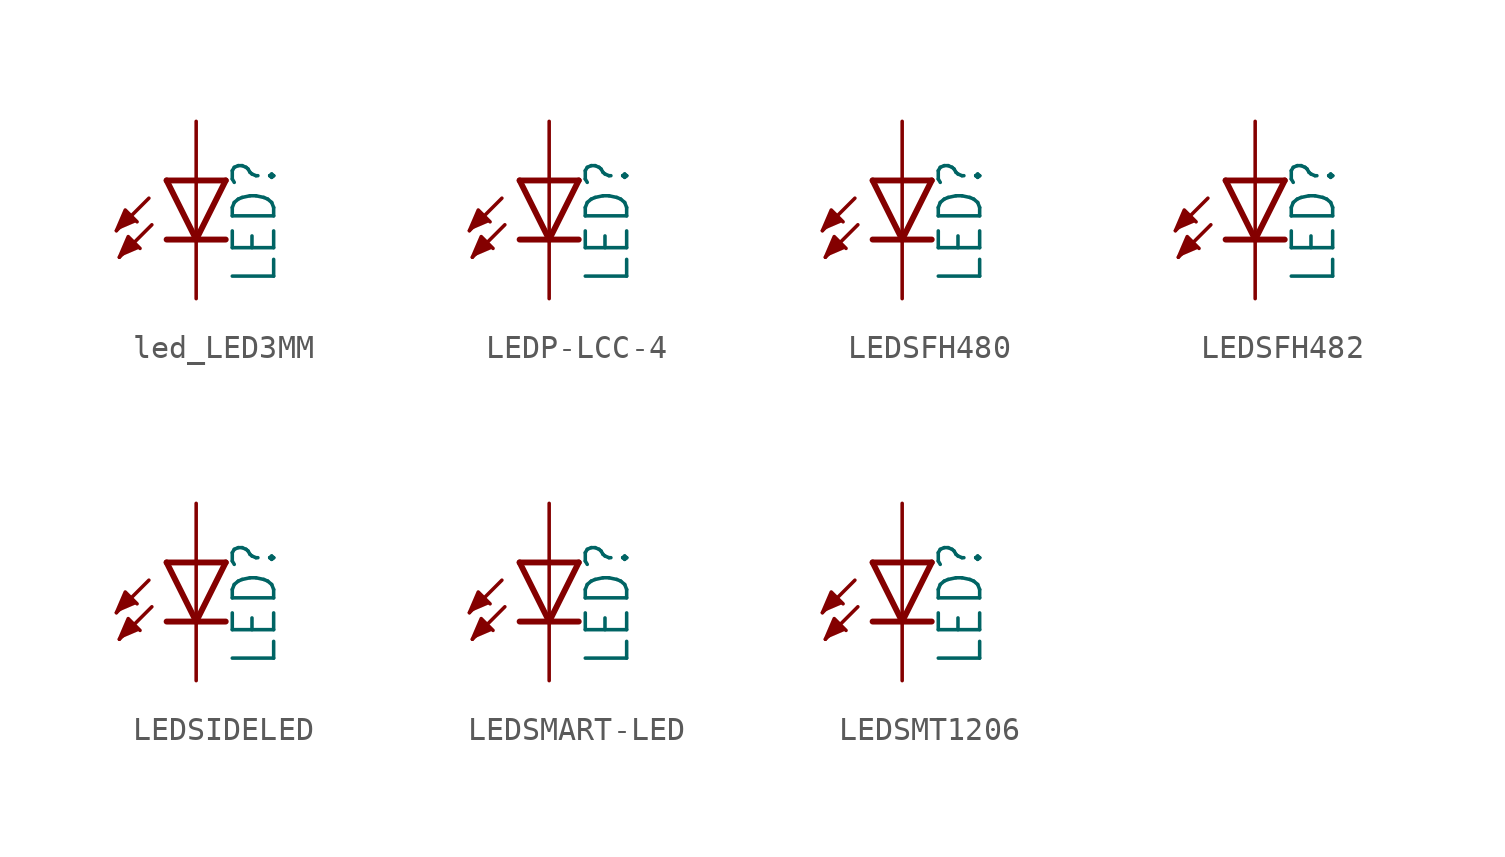
<source format=kicad_sym>
(kicad_symbol_lib
  (version 20220914)
  (generator kicad_symbol_editor)
  (symbol "led_LED3MM"
    (property "Reference" "LED"
      (at 3.556 -4.572 90)
      (effects (font (size 1.778 1.511)) (justify left bottom)))
    (property "Value" ""
      (at 5.715 -4.572 90)
      (effects (font (size 1.778 1.511)) (justify left bottom)))
    (property "ki_locked" ""
      (at 0 0 0)
      (effects (font (size 1.27 1.27))))
    (symbol "led_LED3MM_1_0"
      (polyline (pts (xy -2.032 -0.762) (xy -3.429 -2.159)) (stroke (width 0.152) (type solid)) (fill (type none)))
      (polyline (pts (xy -1.905 -1.905) (xy -3.302 -3.302)) (stroke (width 0.152) (type solid)) (fill (type none)))
      (polyline (pts (xy 0 -2.54) (xy -1.27 -2.54)) (stroke (width 0.254) (type solid)) (fill (type none)))
      (polyline (pts (xy 0 -2.54) (xy -1.27 0)) (stroke (width 0.254) (type solid)) (fill (type none)))
      (polyline (pts (xy 0 0) (xy -1.27 0)) (stroke (width 0.254) (type solid)) (fill (type none)))
      (polyline (pts (xy 0 0) (xy 0 -2.54)) (stroke (width 0.152) (type solid)) (fill (type none)))
      (polyline (pts (xy 1.27 -2.54) (xy 0 -2.54)) (stroke (width 0.254) (type solid)) (fill (type none)))
      (polyline (pts (xy 1.27 0) (xy 0 -2.54)) (stroke (width 0.254) (type solid)) (fill (type none)))
      (polyline (pts (xy 1.27 0) (xy 0 0)) (stroke (width 0.254) (type solid)) (fill (type none)))
      (polyline (pts (xy -3.429 -2.159) (xy -3.048 -1.27) (xy -2.54 -1.778)) (stroke (width 0.152) (type solid)) (fill (type outline)))
      (polyline (pts (xy -3.302 -3.302) (xy -2.921 -2.413) (xy -2.413 -2.921)) (stroke (width 0.152) (type solid)) (fill (type outline)))
      (pin passive line (at 0 2.54 270) (length 2.54) (name "A" (effects (font (size 0 0)))) (number "A" (effects (font (size 0 0)))))
      (pin passive line (at 0 -5.08 90) (length 2.54) (name "C" (effects (font (size 0 0)))) (number "K" (effects (font (size 0 0)))))))
  (symbol "LEDP-LCC-4"
    (property "Reference" "LED"
      (at 3.556 -4.572 90)
      (effects (font (size 1.778 1.511)) (justify left bottom)))
    (property "Value" ""
      (at 5.715 -4.572 90)
      (effects (font (size 1.778 1.511)) (justify left bottom)))
    (property "ki_locked" ""
      (at 0 0 0)
      (effects (font (size 1.27 1.27))))
    (symbol "LEDP-LCC-4_1_0"
      (polyline (pts (xy -2.032 -0.762) (xy -3.429 -2.159)) (stroke (width 0.152) (type solid)) (fill (type none)))
      (polyline (pts (xy -1.905 -1.905) (xy -3.302 -3.302)) (stroke (width 0.152) (type solid)) (fill (type none)))
      (polyline (pts (xy 0 -2.54) (xy -1.27 -2.54)) (stroke (width 0.254) (type solid)) (fill (type none)))
      (polyline (pts (xy 0 -2.54) (xy -1.27 0)) (stroke (width 0.254) (type solid)) (fill (type none)))
      (polyline (pts (xy 0 0) (xy -1.27 0)) (stroke (width 0.254) (type solid)) (fill (type none)))
      (polyline (pts (xy 0 0) (xy 0 -2.54)) (stroke (width 0.152) (type solid)) (fill (type none)))
      (polyline (pts (xy 1.27 -2.54) (xy 0 -2.54)) (stroke (width 0.254) (type solid)) (fill (type none)))
      (polyline (pts (xy 1.27 0) (xy 0 -2.54)) (stroke (width 0.254) (type solid)) (fill (type none)))
      (polyline (pts (xy 1.27 0) (xy 0 0)) (stroke (width 0.254) (type solid)) (fill (type none)))
      (polyline (pts (xy -3.429 -2.159) (xy -3.048 -1.27) (xy -2.54 -1.778)) (stroke (width 0.152) (type solid)) (fill (type outline)))
      (polyline (pts (xy -3.302 -3.302) (xy -2.921 -2.413) (xy -2.413 -2.921)) (stroke (width 0.152) (type solid)) (fill (type outline)))
      (pin passive line (at 0 2.54 270) (length 2.54) (name "A" (effects (font (size 0 0)))) (number "A" (effects (font (size 0 0)))))
      (pin passive line (at 0 -5.08 90) (length 2.54) (name "C" (effects (font (size 0 0)))) (number "C@4" (effects (font (size 0 0)))))))
  (symbol "LEDSFH480"
    (property "Reference" "LED"
      (at 3.556 -4.572 90)
      (effects (font (size 1.778 1.511)) (justify left bottom)))
    (property "Value" ""
      (at 5.715 -4.572 90)
      (effects (font (size 1.778 1.511)) (justify left bottom)))
    (property "ki_locked" ""
      (at 0 0 0)
      (effects (font (size 1.27 1.27))))
    (symbol "LEDSFH480_1_0"
      (polyline (pts (xy -2.032 -0.762) (xy -3.429 -2.159)) (stroke (width 0.152) (type solid)) (fill (type none)))
      (polyline (pts (xy -1.905 -1.905) (xy -3.302 -3.302)) (stroke (width 0.152) (type solid)) (fill (type none)))
      (polyline (pts (xy 0 -2.54) (xy -1.27 -2.54)) (stroke (width 0.254) (type solid)) (fill (type none)))
      (polyline (pts (xy 0 -2.54) (xy -1.27 0)) (stroke (width 0.254) (type solid)) (fill (type none)))
      (polyline (pts (xy 0 0) (xy -1.27 0)) (stroke (width 0.254) (type solid)) (fill (type none)))
      (polyline (pts (xy 0 0) (xy 0 -2.54)) (stroke (width 0.152) (type solid)) (fill (type none)))
      (polyline (pts (xy 1.27 -2.54) (xy 0 -2.54)) (stroke (width 0.254) (type solid)) (fill (type none)))
      (polyline (pts (xy 1.27 0) (xy 0 -2.54)) (stroke (width 0.254) (type solid)) (fill (type none)))
      (polyline (pts (xy 1.27 0) (xy 0 0)) (stroke (width 0.254) (type solid)) (fill (type none)))
      (polyline (pts (xy -3.429 -2.159) (xy -3.048 -1.27) (xy -2.54 -1.778)) (stroke (width 0.152) (type solid)) (fill (type outline)))
      (polyline (pts (xy -3.302 -3.302) (xy -2.921 -2.413) (xy -2.413 -2.921)) (stroke (width 0.152) (type solid)) (fill (type outline)))
      (pin passive line (at 0 2.54 270) (length 2.54) (name "A" (effects (font (size 0 0)))) (number "A" (effects (font (size 0 0)))))
      (pin passive line (at 0 -5.08 90) (length 2.54) (name "C" (effects (font (size 0 0)))) (number "K" (effects (font (size 0 0)))))))
  (symbol "LEDSFH482"
    (property "Reference" "LED"
      (at 3.556 -4.572 90)
      (effects (font (size 1.778 1.511)) (justify left bottom)))
    (property "Value" ""
      (at 5.715 -4.572 90)
      (effects (font (size 1.778 1.511)) (justify left bottom)))
    (property "ki_locked" ""
      (at 0 0 0)
      (effects (font (size 1.27 1.27))))
    (symbol "LEDSFH482_1_0"
      (polyline (pts (xy -2.032 -0.762) (xy -3.429 -2.159)) (stroke (width 0.152) (type solid)) (fill (type none)))
      (polyline (pts (xy -1.905 -1.905) (xy -3.302 -3.302)) (stroke (width 0.152) (type solid)) (fill (type none)))
      (polyline (pts (xy 0 -2.54) (xy -1.27 -2.54)) (stroke (width 0.254) (type solid)) (fill (type none)))
      (polyline (pts (xy 0 -2.54) (xy -1.27 0)) (stroke (width 0.254) (type solid)) (fill (type none)))
      (polyline (pts (xy 0 0) (xy -1.27 0)) (stroke (width 0.254) (type solid)) (fill (type none)))
      (polyline (pts (xy 0 0) (xy 0 -2.54)) (stroke (width 0.152) (type solid)) (fill (type none)))
      (polyline (pts (xy 1.27 -2.54) (xy 0 -2.54)) (stroke (width 0.254) (type solid)) (fill (type none)))
      (polyline (pts (xy 1.27 0) (xy 0 -2.54)) (stroke (width 0.254) (type solid)) (fill (type none)))
      (polyline (pts (xy 1.27 0) (xy 0 0)) (stroke (width 0.254) (type solid)) (fill (type none)))
      (polyline (pts (xy -3.429 -2.159) (xy -3.048 -1.27) (xy -2.54 -1.778)) (stroke (width 0.152) (type solid)) (fill (type outline)))
      (polyline (pts (xy -3.302 -3.302) (xy -2.921 -2.413) (xy -2.413 -2.921)) (stroke (width 0.152) (type solid)) (fill (type outline)))
      (pin passive line (at 0 2.54 270) (length 2.54) (name "A" (effects (font (size 0 0)))) (number "A" (effects (font (size 0 0)))))
      (pin passive line (at 0 -5.08 90) (length 2.54) (name "C" (effects (font (size 0 0)))) (number "K" (effects (font (size 0 0)))))))
  (symbol "LEDSIDELED"
    (property "Reference" "LED"
      (at 3.556 -4.572 90)
      (effects (font (size 1.778 1.511)) (justify left bottom)))
    (property "Value" ""
      (at 5.715 -4.572 90)
      (effects (font (size 1.778 1.511)) (justify left bottom)))
    (property "ki_locked" ""
      (at 0 0 0)
      (effects (font (size 1.27 1.27))))
    (symbol "LEDSIDELED_1_0"
      (polyline (pts (xy -2.032 -0.762) (xy -3.429 -2.159)) (stroke (width 0.152) (type solid)) (fill (type none)))
      (polyline (pts (xy -1.905 -1.905) (xy -3.302 -3.302)) (stroke (width 0.152) (type solid)) (fill (type none)))
      (polyline (pts (xy 0 -2.54) (xy -1.27 -2.54)) (stroke (width 0.254) (type solid)) (fill (type none)))
      (polyline (pts (xy 0 -2.54) (xy -1.27 0)) (stroke (width 0.254) (type solid)) (fill (type none)))
      (polyline (pts (xy 0 0) (xy -1.27 0)) (stroke (width 0.254) (type solid)) (fill (type none)))
      (polyline (pts (xy 0 0) (xy 0 -2.54)) (stroke (width 0.152) (type solid)) (fill (type none)))
      (polyline (pts (xy 1.27 -2.54) (xy 0 -2.54)) (stroke (width 0.254) (type solid)) (fill (type none)))
      (polyline (pts (xy 1.27 0) (xy 0 -2.54)) (stroke (width 0.254) (type solid)) (fill (type none)))
      (polyline (pts (xy 1.27 0) (xy 0 0)) (stroke (width 0.254) (type solid)) (fill (type none)))
      (polyline (pts (xy -3.429 -2.159) (xy -3.048 -1.27) (xy -2.54 -1.778)) (stroke (width 0.152) (type solid)) (fill (type outline)))
      (polyline (pts (xy -3.302 -3.302) (xy -2.921 -2.413) (xy -2.413 -2.921)) (stroke (width 0.152) (type solid)) (fill (type outline)))
      (pin passive line (at 0 2.54 270) (length 2.54) (name "A" (effects (font (size 0 0)))) (number "A" (effects (font (size 0 0)))))
      (pin passive line (at 0 -5.08 90) (length 2.54) (name "C" (effects (font (size 0 0)))) (number "C" (effects (font (size 0 0)))))))
  (symbol "LEDSMART-LED"
    (property "Reference" "LED"
      (at 3.556 -4.572 90)
      (effects (font (size 1.778 1.511)) (justify left bottom)))
    (property "Value" ""
      (at 5.715 -4.572 90)
      (effects (font (size 1.778 1.511)) (justify left bottom)))
    (property "ki_locked" ""
      (at 0 0 0)
      (effects (font (size 1.27 1.27))))
    (symbol "LEDSMART-LED_1_0"
      (polyline (pts (xy -2.032 -0.762) (xy -3.429 -2.159)) (stroke (width 0.152) (type solid)) (fill (type none)))
      (polyline (pts (xy -1.905 -1.905) (xy -3.302 -3.302)) (stroke (width 0.152) (type solid)) (fill (type none)))
      (polyline (pts (xy 0 -2.54) (xy -1.27 -2.54)) (stroke (width 0.254) (type solid)) (fill (type none)))
      (polyline (pts (xy 0 -2.54) (xy -1.27 0)) (stroke (width 0.254) (type solid)) (fill (type none)))
      (polyline (pts (xy 0 0) (xy -1.27 0)) (stroke (width 0.254) (type solid)) (fill (type none)))
      (polyline (pts (xy 0 0) (xy 0 -2.54)) (stroke (width 0.152) (type solid)) (fill (type none)))
      (polyline (pts (xy 1.27 -2.54) (xy 0 -2.54)) (stroke (width 0.254) (type solid)) (fill (type none)))
      (polyline (pts (xy 1.27 0) (xy 0 -2.54)) (stroke (width 0.254) (type solid)) (fill (type none)))
      (polyline (pts (xy 1.27 0) (xy 0 0)) (stroke (width 0.254) (type solid)) (fill (type none)))
      (polyline (pts (xy -3.429 -2.159) (xy -3.048 -1.27) (xy -2.54 -1.778)) (stroke (width 0.152) (type solid)) (fill (type outline)))
      (polyline (pts (xy -3.302 -3.302) (xy -2.921 -2.413) (xy -2.413 -2.921)) (stroke (width 0.152) (type solid)) (fill (type outline)))
      (pin passive line (at 0 2.54 270) (length 2.54) (name "A" (effects (font (size 0 0)))) (number "A" (effects (font (size 0 0)))))
      (pin passive line (at 0 -5.08 90) (length 2.54) (name "C" (effects (font (size 0 0)))) (number "B" (effects (font (size 0 0)))))))
  (symbol "LEDSMT1206"
    (property "Reference" "LED"
      (at 3.556 -4.572 90)
      (effects (font (size 1.778 1.511)) (justify left bottom)))
    (property "Value" ""
      (at 5.715 -4.572 90)
      (effects (font (size 1.778 1.511)) (justify left bottom)))
    (property "ki_locked" ""
      (at 0 0 0)
      (effects (font (size 1.27 1.27))))
    (symbol "LEDSMT1206_1_0"
      (polyline (pts (xy -2.032 -0.762) (xy -3.429 -2.159)) (stroke (width 0.152) (type solid)) (fill (type none)))
      (polyline (pts (xy -1.905 -1.905) (xy -3.302 -3.302)) (stroke (width 0.152) (type solid)) (fill (type none)))
      (polyline (pts (xy 0 -2.54) (xy -1.27 -2.54)) (stroke (width 0.254) (type solid)) (fill (type none)))
      (polyline (pts (xy 0 -2.54) (xy -1.27 0)) (stroke (width 0.254) (type solid)) (fill (type none)))
      (polyline (pts (xy 0 0) (xy -1.27 0)) (stroke (width 0.254) (type solid)) (fill (type none)))
      (polyline (pts (xy 0 0) (xy 0 -2.54)) (stroke (width 0.152) (type solid)) (fill (type none)))
      (polyline (pts (xy 1.27 -2.54) (xy 0 -2.54)) (stroke (width 0.254) (type solid)) (fill (type none)))
      (polyline (pts (xy 1.27 0) (xy 0 -2.54)) (stroke (width 0.254) (type solid)) (fill (type none)))
      (polyline (pts (xy 1.27 0) (xy 0 0)) (stroke (width 0.254) (type solid)) (fill (type none)))
      (polyline (pts (xy -3.429 -2.159) (xy -3.048 -1.27) (xy -2.54 -1.778)) (stroke (width 0.152) (type solid)) (fill (type outline)))
      (polyline (pts (xy -3.302 -3.302) (xy -2.921 -2.413) (xy -2.413 -2.921)) (stroke (width 0.152) (type solid)) (fill (type outline)))
      (pin passive line (at 0 2.54 270) (length 2.54) (name "A" (effects (font (size 0 0)))) (number "A" (effects (font (size 0 0)))))
      (pin passive line (at 0 -5.08 90) (length 2.54) (name "C" (effects (font (size 0 0)))) (number "C" (effects (font (size 0 0))))))))
</source>
